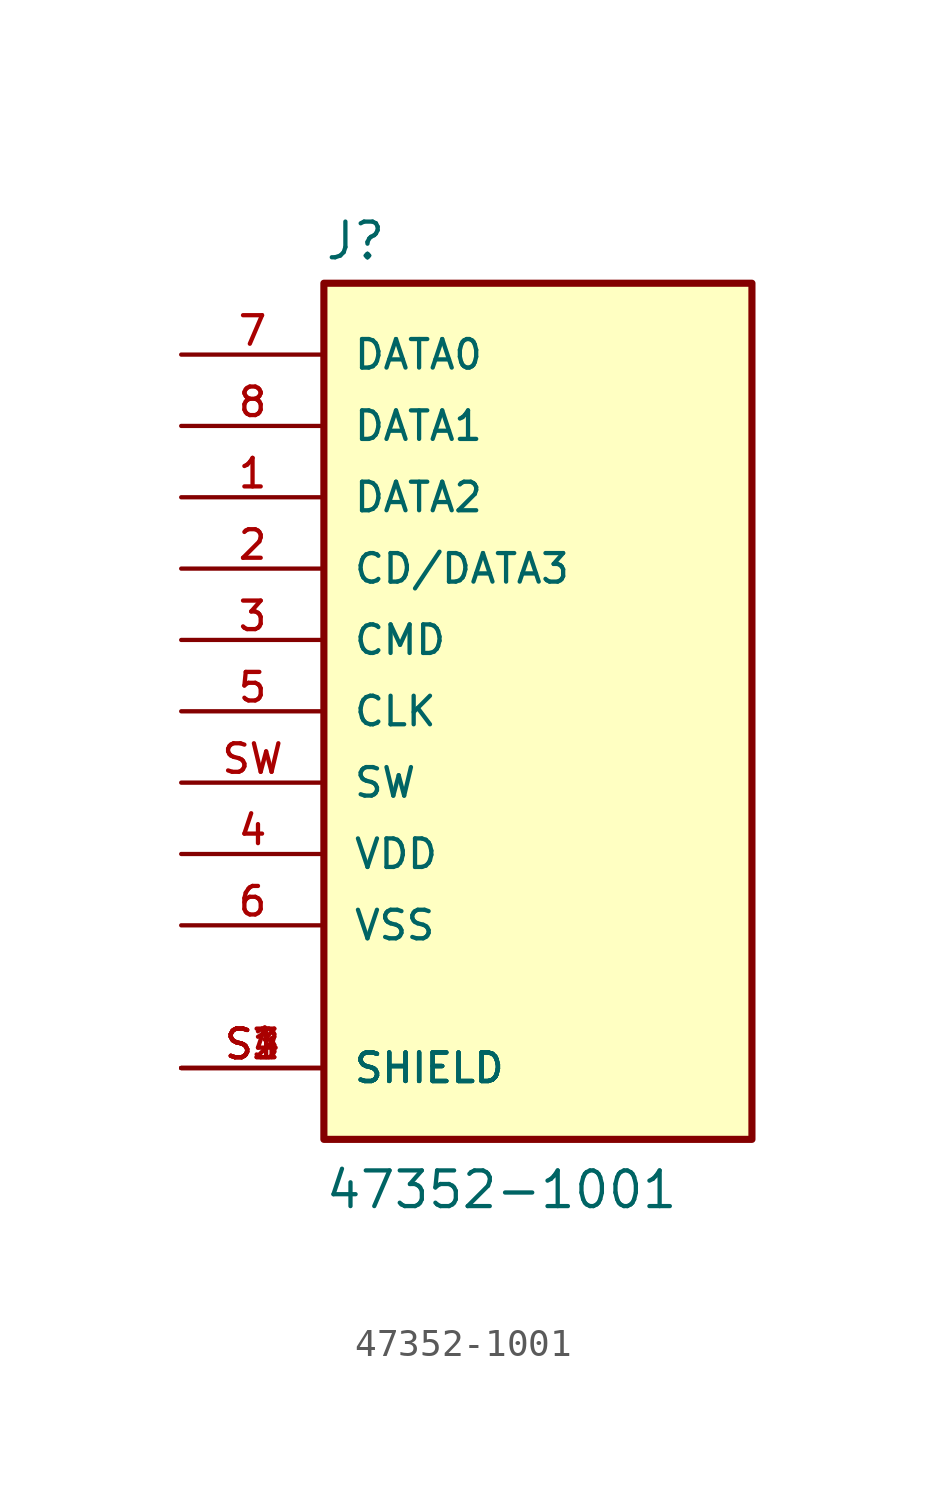
<source format=kicad_sym>
(kicad_symbol_lib
  (version 20211014)
  (generator kicad_symbol_editor)
  (symbol "47352-1001"
    (pin_names
      (offset 1.016))
    (property "Reference" "J"
      (at -7.62 16.002 0)
      (effects (font (size 1.27 1.27)) (justify bottom left)))
    (property "Value" "47352-1001"
      (at -7.62 -17.78 0)
      (effects (font (size 1.27 1.27)) (justify bottom left)))
    (symbol "47352-1001_0_0"
      (rectangle (start -7.62 -15.24) (end 7.62 15.24) (stroke (width 0.254)) (fill (type background)))
      (pin passive line (at -12.7 7.62 0) (length 5.08) (name "DATA2" (effects (font (size 1.016 1.016)))) (number "1" (effects (font (size 1.016 1.016)))))
      (pin passive line (at -12.7 5.08 0) (length 5.08) (name "CD/DATA3" (effects (font (size 1.016 1.016)))) (number "2" (effects (font (size 1.016 1.016)))))
      (pin passive line (at -12.7 -5.08 0) (length 5.08) (name "VDD" (effects (font (size 1.016 1.016)))) (number "4" (effects (font (size 1.016 1.016)))))
      (pin passive line (at -12.7 2.54 0) (length 5.08) (name "CMD" (effects (font (size 1.016 1.016)))) (number "3" (effects (font (size 1.016 1.016)))))
      (pin passive line (at -12.7 0.0 0) (length 5.08) (name "CLK" (effects (font (size 1.016 1.016)))) (number "5" (effects (font (size 1.016 1.016)))))
      (pin passive line (at -12.7 -7.62 0) (length 5.08) (name "VSS" (effects (font (size 1.016 1.016)))) (number "6" (effects (font (size 1.016 1.016)))))
      (pin passive line (at -12.7 12.7 0) (length 5.08) (name "DATA0" (effects (font (size 1.016 1.016)))) (number "7" (effects (font (size 1.016 1.016)))))
      (pin passive line (at -12.7 10.16 0) (length 5.08) (name "DATA1" (effects (font (size 1.016 1.016)))) (number "8" (effects (font (size 1.016 1.016)))))
      (pin passive line (at -12.7 -2.54 0) (length 5.08) (name "SW" (effects (font (size 1.016 1.016)))) (number "SW" (effects (font (size 1.016 1.016)))))
      (pin passive line (at -12.7 -12.7 0) (length 5.08) (name "SHIELD" (effects (font (size 1.016 1.016)))) (number "S1" (effects (font (size 1.016 1.016)))))
      (pin passive line (at -12.7 -12.7 0) (length 5.08) (name "SHIELD" (effects (font (size 1.016 1.016)))) (number "S2" (effects (font (size 1.016 1.016)))))
      (pin passive line (at -12.7 -12.7 0) (length 5.08) (name "SHIELD" (effects (font (size 1.016 1.016)))) (number "S3" (effects (font (size 1.016 1.016)))))
      (pin passive line (at -12.7 -12.7 0) (length 5.08) (name "SHIELD" (effects (font (size 1.016 1.016)))) (number "S4" (effects (font (size 1.016 1.016))))))))
</source>
